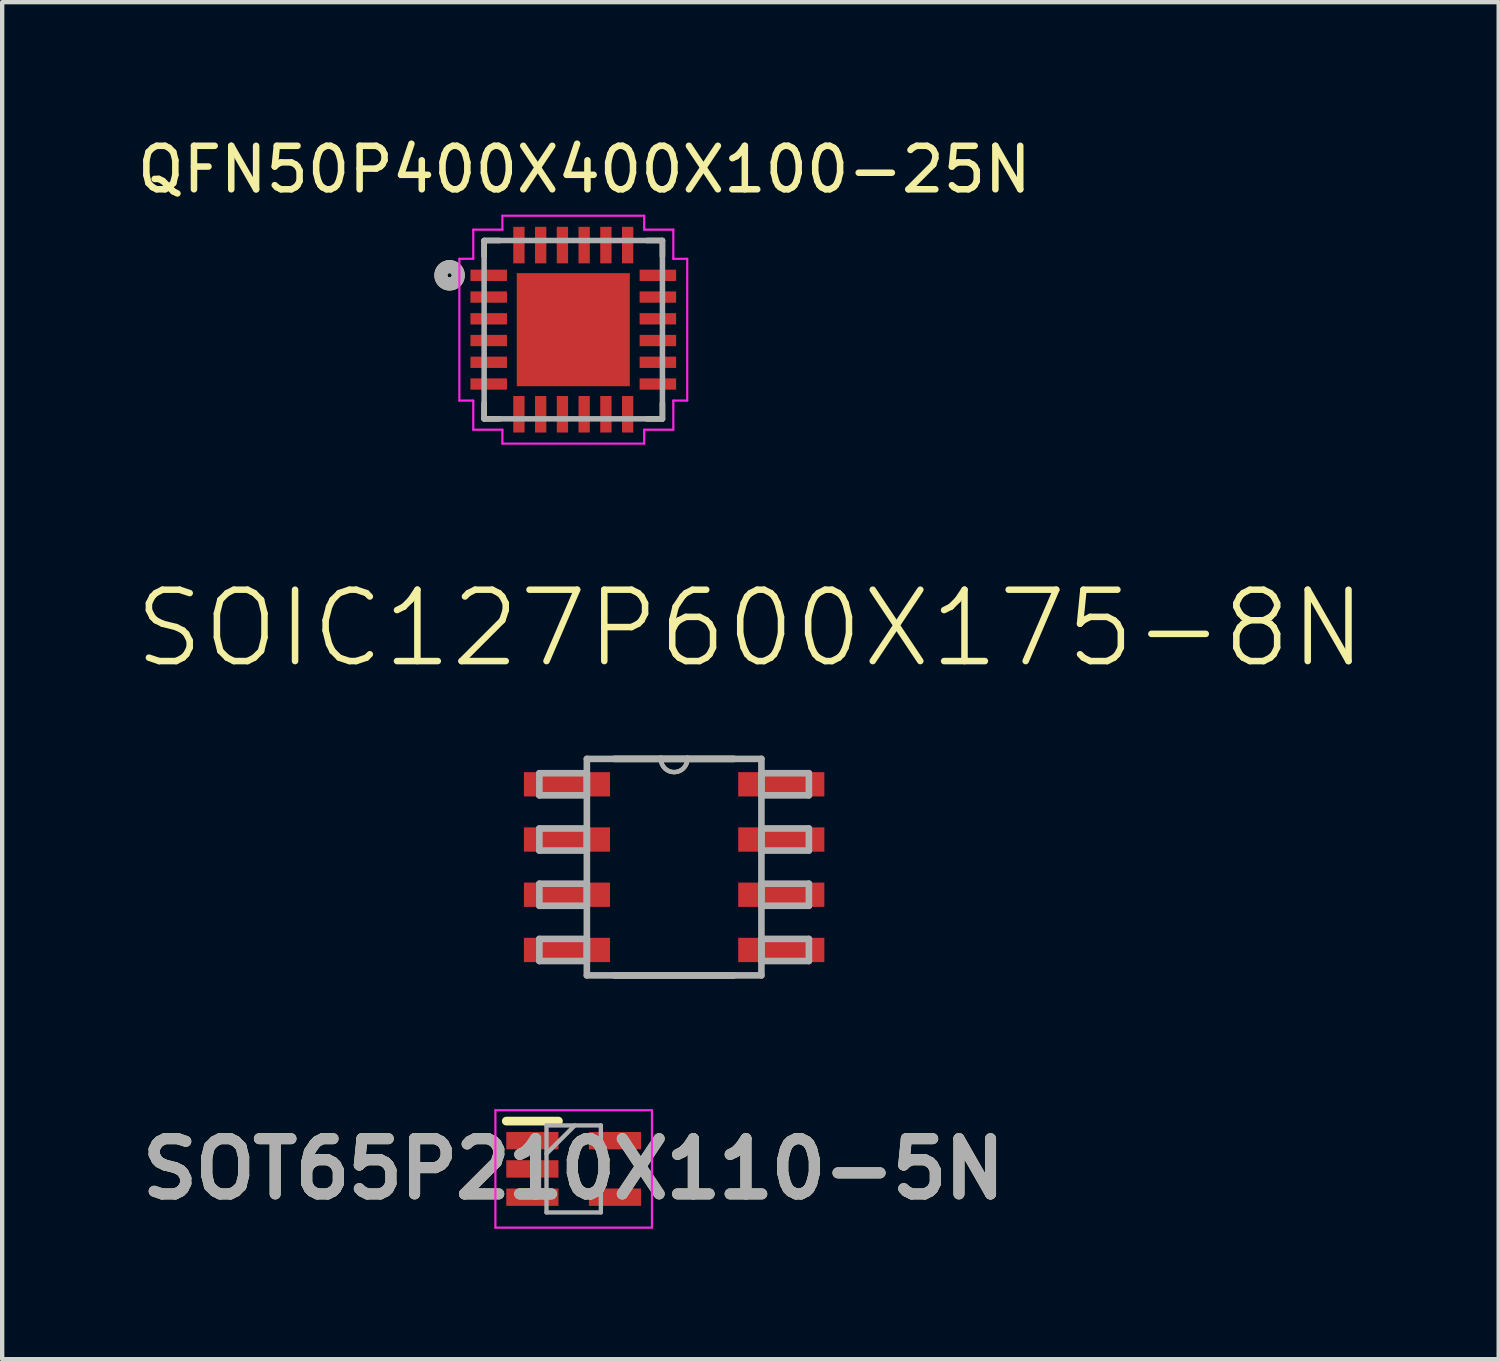
<source format=kicad_pcb>
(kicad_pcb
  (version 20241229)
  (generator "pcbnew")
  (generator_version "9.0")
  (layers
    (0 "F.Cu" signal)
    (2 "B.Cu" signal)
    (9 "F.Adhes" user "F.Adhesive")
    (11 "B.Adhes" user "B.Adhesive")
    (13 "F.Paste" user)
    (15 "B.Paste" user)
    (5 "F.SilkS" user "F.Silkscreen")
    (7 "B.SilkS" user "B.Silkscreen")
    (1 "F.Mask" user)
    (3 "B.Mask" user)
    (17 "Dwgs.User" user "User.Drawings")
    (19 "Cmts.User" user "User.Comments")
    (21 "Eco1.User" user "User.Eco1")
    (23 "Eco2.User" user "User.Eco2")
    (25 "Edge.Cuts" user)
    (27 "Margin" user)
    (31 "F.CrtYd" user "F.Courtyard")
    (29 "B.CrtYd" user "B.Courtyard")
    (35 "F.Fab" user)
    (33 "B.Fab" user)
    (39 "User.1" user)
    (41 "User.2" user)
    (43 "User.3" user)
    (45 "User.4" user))
  (footprint "QFN50P400X400X100-25N"
    (layer "F.Cu")
    (at 10.133 4.531)
    (property "Reference" "QFN50P400X400X100-25N" (at 0.254 -3.683 0) (layer "F.SilkS") (effects (font (size 1 1) (thickness 0.15))))
    (attr through_hole)
    (fp_line (start -2.05 -2.05) (end -2.05 -1.69) (stroke (width 0.127) (type solid)) (layer "F.SilkS"))
    (fp_line (start -2.05 2.05) (end -2.05 1.69) (stroke (width 0.127) (type solid)) (layer "F.SilkS"))
    (fp_line (start -1.69 -2.05) (end -2.05 -2.05) (stroke (width 0.127) (type solid)) (layer "F.SilkS"))
    (fp_line (start -1.69 2.05) (end -2.05 2.05) (stroke (width 0.127) (type solid)) (layer "F.SilkS"))
    (fp_line (start 1.69 2.05) (end 2.05 2.05) (stroke (width 0.127) (type solid)) (layer "F.SilkS"))
    (fp_line (start 2.05 -2.05) (end 1.69 -2.05) (stroke (width 0.127) (type solid)) (layer "F.SilkS"))
    (fp_line (start 2.05 -1.69) (end 2.05 -2.05) (stroke (width 0.127) (type solid)) (layer "F.SilkS"))
    (fp_line (start 2.05 2.05) (end 2.05 1.69) (stroke (width 0.127) (type solid)) (layer "F.SilkS"))
    (fp_circle (center -2.845 -1.25) (end -2.795 -1.25) (stroke (width 0.3) (type solid)) (fill no) (layer "F.SilkS"))
    (fp_poly (pts (xy -1.045 -1.045) (xy -0.125 -1.045) (xy -0.125 -0.125) (xy -1.045 -0.125)) (stroke (width 0.01) (type solid)) (fill yes) (layer "F.Paste"))
    (fp_poly (pts (xy -1.045 0.125) (xy -0.125 0.125) (xy -0.125 1.045) (xy -1.045 1.045)) (stroke (width 0.01) (type solid)) (fill yes) (layer "F.Paste"))
    (fp_poly (pts (xy 0.125 -1.045) (xy 1.045 -1.045) (xy 1.045 -0.125) (xy 0.125 -0.125)) (stroke (width 0.01) (type solid)) (fill yes) (layer "F.Paste"))
    (fp_poly (pts (xy 0.125 0.125) (xy 1.045 0.125) (xy 1.045 1.045) (xy 0.125 1.045)) (stroke (width 0.01) (type solid)) (fill yes) (layer "F.Paste"))
    (fp_line (start -2.62 -1.63) (end -2.62 1.63) (stroke (width 0.05) (type solid)) (layer "F.CrtYd"))
    (fp_line (start -2.62 1.63) (end -2.3 1.63) (stroke (width 0.05) (type solid)) (layer "F.CrtYd"))
    (fp_line (start -2.3 -2.3) (end -2.3 -1.63) (stroke (width 0.05) (type solid)) (layer "F.CrtYd"))
    (fp_line (start -2.3 -1.63) (end -2.62 -1.63) (stroke (width 0.05) (type solid)) (layer "F.CrtYd"))
    (fp_line (start -2.3 1.63) (end -2.3 2.3) (stroke (width 0.05) (type solid)) (layer "F.CrtYd"))
    (fp_line (start -2.3 2.3) (end -1.63 2.3) (stroke (width 0.05) (type solid)) (layer "F.CrtYd"))
    (fp_line (start -1.63 -2.62) (end -1.63 -2.3) (stroke (width 0.05) (type solid)) (layer "F.CrtYd"))
    (fp_line (start -1.63 -2.3) (end -2.3 -2.3) (stroke (width 0.05) (type solid)) (layer "F.CrtYd"))
    (fp_line (start -1.63 2.3) (end -1.63 2.62) (stroke (width 0.05) (type solid)) (layer "F.CrtYd"))
    (fp_line (start -1.63 2.62) (end 1.63 2.62) (stroke (width 0.05) (type solid)) (layer "F.CrtYd"))
    (fp_line (start 1.63 -2.62) (end -1.63 -2.62) (stroke (width 0.05) (type solid)) (layer "F.CrtYd"))
    (fp_line (start 1.63 -2.3) (end 1.63 -2.62) (stroke (width 0.05) (type solid)) (layer "F.CrtYd"))
    (fp_line (start 1.63 2.3) (end 2.3 2.3) (stroke (width 0.05) (type solid)) (layer "F.CrtYd"))
    (fp_line (start 1.63 2.62) (end 1.63 2.3) (stroke (width 0.05) (type solid)) (layer "F.CrtYd"))
    (fp_line (start 2.3 -2.3) (end 1.63 -2.3) (stroke (width 0.05) (type solid)) (layer "F.CrtYd"))
    (fp_line (start 2.3 -1.63) (end 2.3 -2.3) (stroke (width 0.05) (type solid)) (layer "F.CrtYd"))
    (fp_line (start 2.3 1.63) (end 2.62 1.63) (stroke (width 0.05) (type solid)) (layer "F.CrtYd"))
    (fp_line (start 2.3 2.3) (end 2.3 1.63) (stroke (width 0.05) (type solid)) (layer "F.CrtYd"))
    (fp_line (start 2.62 -1.63) (end 2.3 -1.63) (stroke (width 0.05) (type solid)) (layer "F.CrtYd"))
    (fp_line (start 2.62 1.63) (end 2.62 -1.63) (stroke (width 0.05) (type solid)) (layer "F.CrtYd"))
    (fp_line (start -2.05 -2.05) (end -2.05 2.05) (stroke (width 0.127) (type solid)) (layer "F.Fab"))
    (fp_line (start -2.05 2.05) (end 2.05 2.05) (stroke (width 0.127) (type solid)) (layer "F.Fab"))
    (fp_line (start 2.05 -2.05) (end -2.05 -2.05) (stroke (width 0.127) (type solid)) (layer "F.Fab"))
    (fp_line (start 2.05 2.05) (end 2.05 -2.05) (stroke (width 0.127) (type solid)) (layer "F.Fab"))
    (fp_circle (center -2.845 -1.25) (end -2.795 -1.25) (stroke (width 0.3) (type solid)) (fill no) (layer "F.Fab"))
    (pad "1" smd rect (at -1.945 -1.25 180) (size 0.84 0.26) (layers "F.Cu" "F.Mask" "F.Paste"))
    (pad "2" smd rect (at -1.945 -0.75 180) (size 0.84 0.26) (layers "F.Cu" "F.Mask" "F.Paste"))
    (pad "3" smd rect (at -1.945 -0.25 180) (size 0.84 0.26) (layers "F.Cu" "F.Mask" "F.Paste"))
    (pad "4" smd rect (at -1.945 0.25 180) (size 0.84 0.26) (layers "F.Cu" "F.Mask" "F.Paste"))
    (pad "5" smd rect (at -1.945 0.75 180) (size 0.84 0.26) (layers "F.Cu" "F.Mask" "F.Paste"))
    (pad "6" smd rect (at -1.945 1.25 180) (size 0.84 0.26) (layers "F.Cu" "F.Mask" "F.Paste"))
    (pad "7" smd rect (at -1.25 1.945 270) (size 0.84 0.26) (layers "F.Cu" "F.Mask" "F.Paste"))
    (pad "8" smd rect (at -0.75 1.945 270) (size 0.84 0.26) (layers "F.Cu" "F.Mask" "F.Paste"))
    (pad "9" smd rect (at -0.25 1.945 270) (size 0.84 0.26) (layers "F.Cu" "F.Mask" "F.Paste"))
    (pad "10" smd rect (at 0.25 1.945 270) (size 0.84 0.26) (layers "F.Cu" "F.Mask" "F.Paste"))
    (pad "11" smd rect (at 0.75 1.945 270) (size 0.84 0.26) (layers "F.Cu" "F.Mask" "F.Paste"))
    (pad "12" smd rect (at 1.25 1.945 270) (size 0.84 0.26) (layers "F.Cu" "F.Mask" "F.Paste"))
    (pad "13" smd rect (at 1.945 1.25) (size 0.84 0.26) (layers "F.Cu" "F.Mask" "F.Paste"))
    (pad "14" smd rect (at 1.945 0.75) (size 0.84 0.26) (layers "F.Cu" "F.Mask" "F.Paste"))
    (pad "15" smd rect (at 1.945 0.25) (size 0.84 0.26) (layers "F.Cu" "F.Mask" "F.Paste"))
    (pad "16" smd rect (at 1.945 -0.25) (size 0.84 0.26) (layers "F.Cu" "F.Mask" "F.Paste"))
    (pad "17" smd rect (at 1.945 -0.75) (size 0.84 0.26) (layers "F.Cu" "F.Mask" "F.Paste"))
    (pad "18" smd rect (at 1.945 -1.25) (size 0.84 0.26) (layers "F.Cu" "F.Mask" "F.Paste"))
    (pad "19" smd rect (at 1.25 -1.945 90) (size 0.84 0.26) (layers "F.Cu" "F.Mask" "F.Paste"))
    (pad "20" smd rect (at 0.75 -1.945 90) (size 0.84 0.26) (layers "F.Cu" "F.Mask" "F.Paste"))
    (pad "21" smd rect (at 0.25 -1.945 90) (size 0.84 0.26) (layers "F.Cu" "F.Mask" "F.Paste"))
    (pad "22" smd rect (at -0.25 -1.945 90) (size 0.84 0.26) (layers "F.Cu" "F.Mask" "F.Paste"))
    (pad "23" smd rect (at -0.75 -1.945 90) (size 0.84 0.26) (layers "F.Cu" "F.Mask" "F.Paste"))
    (pad "24" smd rect (at -1.25 -1.945 90) (size 0.84 0.26) (layers "F.Cu" "F.Mask" "F.Paste"))
    (pad "25" smd rect (at 0 0 90) (size 2.6 2.6) (layers "F.Cu" "F.Mask")))
  (footprint "SOT65P210X110-5N"
    (layer "F.Cu")
    (at 10.142 23.83)
    (property "Reference" "SOT65P210X110-5N" (at 0 0 0) (layer "F.SilkS") (effects (font (size 1.27 1.27) (thickness 0.254))))
    (attr smd)
    (fp_line (start -1.55 -1.1) (end -0.35 -1.1) (stroke (width 0.2) (type solid)) (layer "F.SilkS"))
    (fp_line (start -1.8 -1.35) (end 1.8 -1.35) (stroke (width 0.05) (type solid)) (layer "F.CrtYd"))
    (fp_line (start -1.8 1.35) (end -1.8 -1.35) (stroke (width 0.05) (type solid)) (layer "F.CrtYd"))
    (fp_line (start 1.8 -1.35) (end 1.8 1.35) (stroke (width 0.05) (type solid)) (layer "F.CrtYd"))
    (fp_line (start 1.8 1.35) (end -1.8 1.35) (stroke (width 0.05) (type solid)) (layer "F.CrtYd"))
    (fp_line (start -0.625 -1) (end 0.625 -1) (stroke (width 0.1) (type solid)) (layer "F.Fab"))
    (fp_line (start -0.625 -0.35) (end 0.025 -1) (stroke (width 0.1) (type solid)) (layer "F.Fab"))
    (fp_line (start -0.625 1) (end -0.625 -1) (stroke (width 0.1) (type solid)) (layer "F.Fab"))
    (fp_line (start 0.625 -1) (end 0.625 1) (stroke (width 0.1) (type solid)) (layer "F.Fab"))
    (fp_line (start 0.625 1) (end -0.625 1) (stroke (width 0.1) (type solid)) (layer "F.Fab"))
    (fp_text user "${REFERENCE}" (at 0 0 0) (layer "F.Fab") (effects (font (size 1.27 1.27) (thickness 0.254))))
    (pad "1" smd rect (at -0.95 -0.65 90) (size 0.4 1.2) (layers "F.Cu" "F.Mask" "F.Paste"))
    (pad "2" smd rect (at -0.95 0 90) (size 0.4 1.2) (layers "F.Cu" "F.Mask" "F.Paste"))
    (pad "3" smd rect (at -0.95 0.65 90) (size 0.4 1.2) (layers "F.Cu" "F.Mask" "F.Paste"))
    (pad "4" smd rect (at 0.95 0.65 90) (size 0.4 1.2) (layers "F.Cu" "F.Mask" "F.Paste"))
    (pad "5" smd rect (at 0.95 -0.65 90) (size 0.4 1.2) (layers "F.Cu" "F.Mask" "F.Paste")))
  (footprint "SOIC127P600X175-8N"
    (layer "F.Cu")
    (at 12.452 16.89)
    (property "Reference" "SOIC127P600X175-8N" (at 1.754 -5.49 0) (layer "F.SilkS") (effects (font (size 1.641 1.641) (thickness 0.15))))
    (attr through_hole)
    (fp_line (start -1.372 2.489) (end 1.372 2.489) (stroke (width 0.152) (type solid)) (layer "F.SilkS"))
    (fp_line (start -0.305 -2.489) (end -1.372 -2.489) (stroke (width 0.152) (type solid)) (layer "F.SilkS"))
    (fp_line (start 0.305 -2.489) (end -0.305 -2.489) (stroke (width 0.152) (type solid)) (layer "F.SilkS"))
    (fp_line (start 1.372 -2.489) (end 0.305 -2.489) (stroke (width 0.152) (type solid)) (layer "F.SilkS"))
    (fp_arc (start 0.3048 -2.4892) (mid 0 -2.1844) (end -0.3048 -2.4892) (stroke (width 0.1) (type solid)) (layer "F.SilkS"))
    (fp_line (start -3.099 -2.159) (end -3.099 -1.651) (stroke (width 0.152) (type solid)) (layer "F.Fab"))
    (fp_line (start -3.099 -1.651) (end -2.007 -1.651) (stroke (width 0.152) (type solid)) (layer "F.Fab"))
    (fp_line (start -3.099 -0.889) (end -3.099 -0.381) (stroke (width 0.152) (type solid)) (layer "F.Fab"))
    (fp_line (start -3.099 -0.381) (end -2.007 -0.381) (stroke (width 0.152) (type solid)) (layer "F.Fab"))
    (fp_line (start -3.099 0.381) (end -3.099 0.889) (stroke (width 0.152) (type solid)) (layer "F.Fab"))
    (fp_line (start -3.099 0.889) (end -2.007 0.889) (stroke (width 0.152) (type solid)) (layer "F.Fab"))
    (fp_line (start -3.099 1.651) (end -3.099 2.159) (stroke (width 0.152) (type solid)) (layer "F.Fab"))
    (fp_line (start -3.099 2.159) (end -2.007 2.159) (stroke (width 0.152) (type solid)) (layer "F.Fab"))
    (fp_line (start -2.007 -2.489) (end -2.007 2.489) (stroke (width 0.152) (type solid)) (layer "F.Fab"))
    (fp_line (start -2.007 -2.159) (end -3.099 -2.159) (stroke (width 0.152) (type solid)) (layer "F.Fab"))
    (fp_line (start -2.007 -1.651) (end -2.007 -2.159) (stroke (width 0.152) (type solid)) (layer "F.Fab"))
    (fp_line (start -2.007 -0.889) (end -3.099 -0.889) (stroke (width 0.152) (type solid)) (layer "F.Fab"))
    (fp_line (start -2.007 -0.381) (end -2.007 -0.889) (stroke (width 0.152) (type solid)) (layer "F.Fab"))
    (fp_line (start -2.007 0.381) (end -3.099 0.381) (stroke (width 0.152) (type solid)) (layer "F.Fab"))
    (fp_line (start -2.007 0.889) (end -2.007 0.381) (stroke (width 0.152) (type solid)) (layer "F.Fab"))
    (fp_line (start -2.007 1.651) (end -3.099 1.651) (stroke (width 0.152) (type solid)) (layer "F.Fab"))
    (fp_line (start -2.007 2.159) (end -2.007 1.651) (stroke (width 0.152) (type solid)) (layer "F.Fab"))
    (fp_line (start -2.007 2.489) (end 2.007 2.489) (stroke (width 0.152) (type solid)) (layer "F.Fab"))
    (fp_line (start -0.305 -2.489) (end -2.007 -2.489) (stroke (width 0.152) (type solid)) (layer "F.Fab"))
    (fp_line (start 0.305 -2.489) (end -0.305 -2.489) (stroke (width 0.152) (type solid)) (layer "F.Fab"))
    (fp_line (start 2.007 -2.489) (end 0.305 -2.489) (stroke (width 0.152) (type solid)) (layer "F.Fab"))
    (fp_line (start 2.007 -2.159) (end 2.007 -1.651) (stroke (width 0.152) (type solid)) (layer "F.Fab"))
    (fp_line (start 2.007 -1.651) (end 3.099 -1.651) (stroke (width 0.152) (type solid)) (layer "F.Fab"))
    (fp_line (start 2.007 -0.889) (end 2.007 -0.381) (stroke (width 0.152) (type solid)) (layer "F.Fab"))
    (fp_line (start 2.007 -0.381) (end 3.099 -0.381) (stroke (width 0.152) (type solid)) (layer "F.Fab"))
    (fp_line (start 2.007 0.381) (end 2.007 0.889) (stroke (width 0.152) (type solid)) (layer "F.Fab"))
    (fp_line (start 2.007 0.889) (end 3.099 0.889) (stroke (width 0.152) (type solid)) (layer "F.Fab"))
    (fp_line (start 2.007 1.651) (end 2.007 2.159) (stroke (width 0.152) (type solid)) (layer "F.Fab"))
    (fp_line (start 2.007 2.159) (end 3.099 2.159) (stroke (width 0.152) (type solid)) (layer "F.Fab"))
    (fp_line (start 2.007 2.489) (end 2.007 -2.489) (stroke (width 0.152) (type solid)) (layer "F.Fab"))
    (fp_line (start 3.099 -2.159) (end 2.007 -2.159) (stroke (width 0.152) (type solid)) (layer "F.Fab"))
    (fp_line (start 3.099 -1.651) (end 3.099 -2.159) (stroke (width 0.152) (type solid)) (layer "F.Fab"))
    (fp_line (start 3.099 -0.889) (end 2.007 -0.889) (stroke (width 0.152) (type solid)) (layer "F.Fab"))
    (fp_line (start 3.099 -0.381) (end 3.099 -0.889) (stroke (width 0.152) (type solid)) (layer "F.Fab"))
    (fp_line (start 3.099 0.381) (end 2.007 0.381) (stroke (width 0.152) (type solid)) (layer "F.Fab"))
    (fp_line (start 3.099 0.889) (end 3.099 0.381) (stroke (width 0.152) (type solid)) (layer "F.Fab"))
    (fp_line (start 3.099 1.651) (end 2.007 1.651) (stroke (width 0.152) (type solid)) (layer "F.Fab"))
    (fp_line (start 3.099 2.159) (end 3.099 1.651) (stroke (width 0.152) (type solid)) (layer "F.Fab"))
    (fp_arc (start 0.3048 -2.4892) (mid 0 -2.1844) (end -0.3048 -2.4892) (stroke (width 0.1) (type solid)) (layer "F.Fab"))
    (pad "1" smd rect (at -2.464 -1.905) (size 1.981 0.559) (layers "F.Cu" "F.Mask" "F.Paste"))
    (pad "2" smd rect (at -2.464 -0.635) (size 1.981 0.559) (layers "F.Cu" "F.Mask" "F.Paste"))
    (pad "3" smd rect (at -2.464 0.635) (size 1.981 0.559) (layers "F.Cu" "F.Mask" "F.Paste"))
    (pad "4" smd rect (at -2.464 1.905) (size 1.981 0.559) (layers "F.Cu" "F.Mask" "F.Paste"))
    (pad "5" smd rect (at 2.464 1.905) (size 1.981 0.559) (layers "F.Cu" "F.Mask" "F.Paste"))
    (pad "6" smd rect (at 2.464 0.635) (size 1.981 0.559) (layers "F.Cu" "F.Mask" "F.Paste"))
    (pad "7" smd rect (at 2.464 -0.635) (size 1.981 0.559) (layers "F.Cu" "F.Mask" "F.Paste"))
    (pad "8" smd rect (at 2.464 -1.905) (size 1.981 0.559) (layers "F.Cu" "F.Mask" "F.Paste")))
  (gr_rect
    (start -3 -3)
    (end 31.413 28.205)
    (stroke (width 0.1) (type default))
    (fill no)
    (layer "Edge.Cuts")))
</source>
